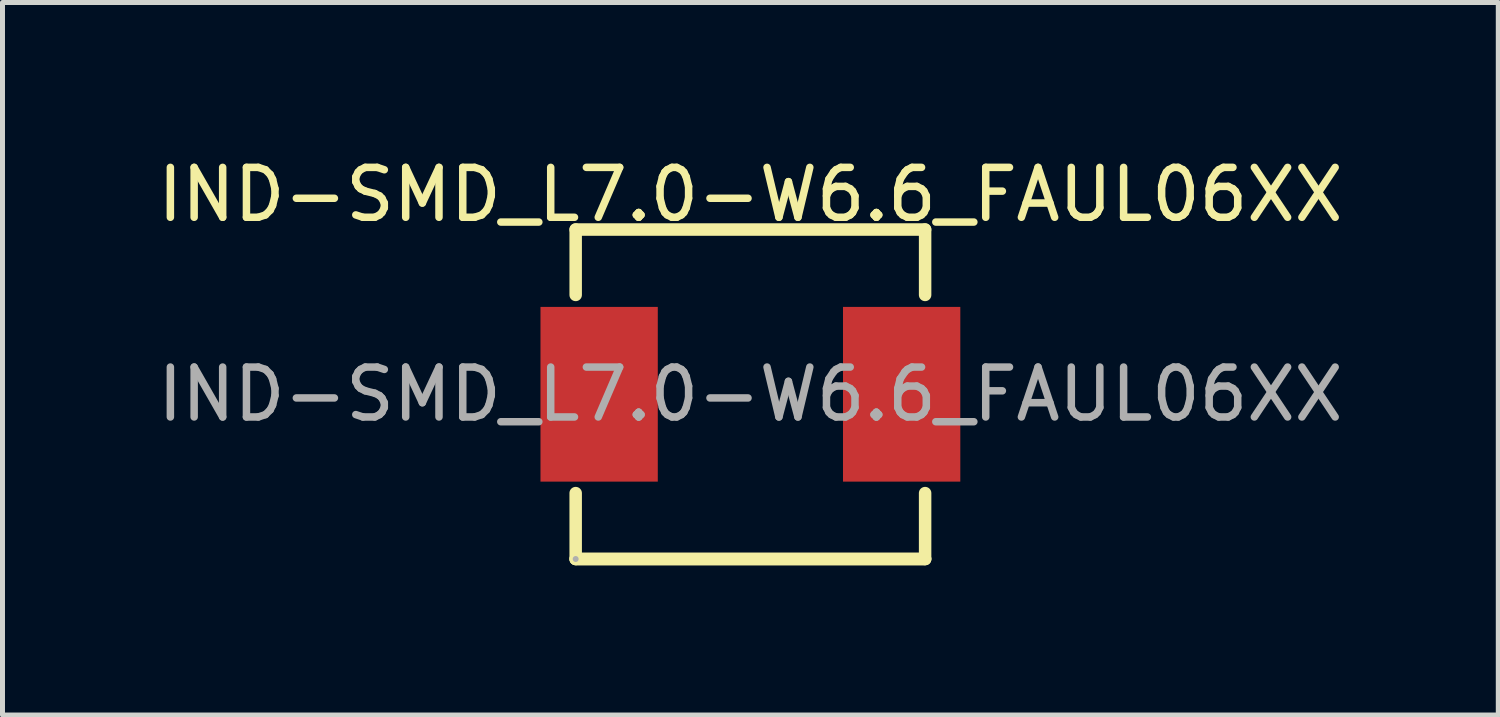
<source format=kicad_pcb>
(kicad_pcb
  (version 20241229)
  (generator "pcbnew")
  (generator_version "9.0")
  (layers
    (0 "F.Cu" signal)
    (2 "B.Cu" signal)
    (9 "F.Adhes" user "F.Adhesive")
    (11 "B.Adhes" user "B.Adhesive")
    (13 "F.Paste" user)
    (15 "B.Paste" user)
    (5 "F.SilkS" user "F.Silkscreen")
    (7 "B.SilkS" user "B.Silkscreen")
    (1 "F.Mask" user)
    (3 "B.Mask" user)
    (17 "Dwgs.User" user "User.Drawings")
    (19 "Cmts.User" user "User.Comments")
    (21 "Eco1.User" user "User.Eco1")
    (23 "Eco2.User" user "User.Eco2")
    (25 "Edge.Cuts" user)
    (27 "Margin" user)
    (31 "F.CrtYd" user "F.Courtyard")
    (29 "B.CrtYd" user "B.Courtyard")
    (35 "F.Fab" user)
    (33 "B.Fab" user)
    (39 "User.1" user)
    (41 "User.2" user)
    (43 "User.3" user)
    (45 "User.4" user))
  (footprint "IND-SMD_L7.0-W6.6_FAUL06XX"
    (layer "F.Cu")
    (at 11.982 4.848)
    (property "Reference" "IND-SMD_L7.0-W6.6_FAUL06XX" (at 0 -4 0) (layer "F.SilkS") (effects (font (size 1 1) (thickness 0.15))))
    (attr smd)
    (fp_line (start -3.5 -3.3) (end -3.5 -1.99) (stroke (width 0.25) (type solid)) (layer "F.SilkS"))
    (fp_line (start -3.5 -3.3) (end 3.5 -3.3) (stroke (width 0.25) (type solid)) (layer "F.SilkS"))
    (fp_line (start -3.5 1.98) (end -3.5 3.3) (stroke (width 0.25) (type solid)) (layer "F.SilkS"))
    (fp_line (start -3.5 3.3) (end 3.5 3.3) (stroke (width 0.25) (type solid)) (layer "F.SilkS"))
    (fp_line (start 3.5 -3.3) (end 3.5 -1.99) (stroke (width 0.25) (type solid)) (layer "F.SilkS"))
    (fp_line (start 3.5 1.98) (end 3.5 3.3) (stroke (width 0.25) (type solid)) (layer "F.SilkS"))
    (fp_line (start 3.5 3.3) (end -3.5 3.3) (stroke (width 0.25) (type solid)) (layer "F.SilkS"))
    (fp_circle (center -3.5 3.3) (end -3.47 3.3) (stroke (width 0.06) (type solid)) (fill no) (layer "F.Fab"))
    (fp_text user "${REFERENCE}" (at 0 0 0) (layer "F.Fab") (effects (font (size 1 1) (thickness 0.15))))
    (pad "1" smd rect (at -3.03 0) (size 2.35 3.5) (layers "F.Cu" "F.Mask" "F.Paste"))
    (pad "2" smd rect (at 3.03 0) (size 2.35 3.5) (layers "F.Cu" "F.Mask" "F.Paste")))
  (gr_rect
    (start -3 -3)
    (end 26.964 11.273)
    (stroke (width 0.1) (type default))
    (fill no)
    (layer "Edge.Cuts")))
</source>
